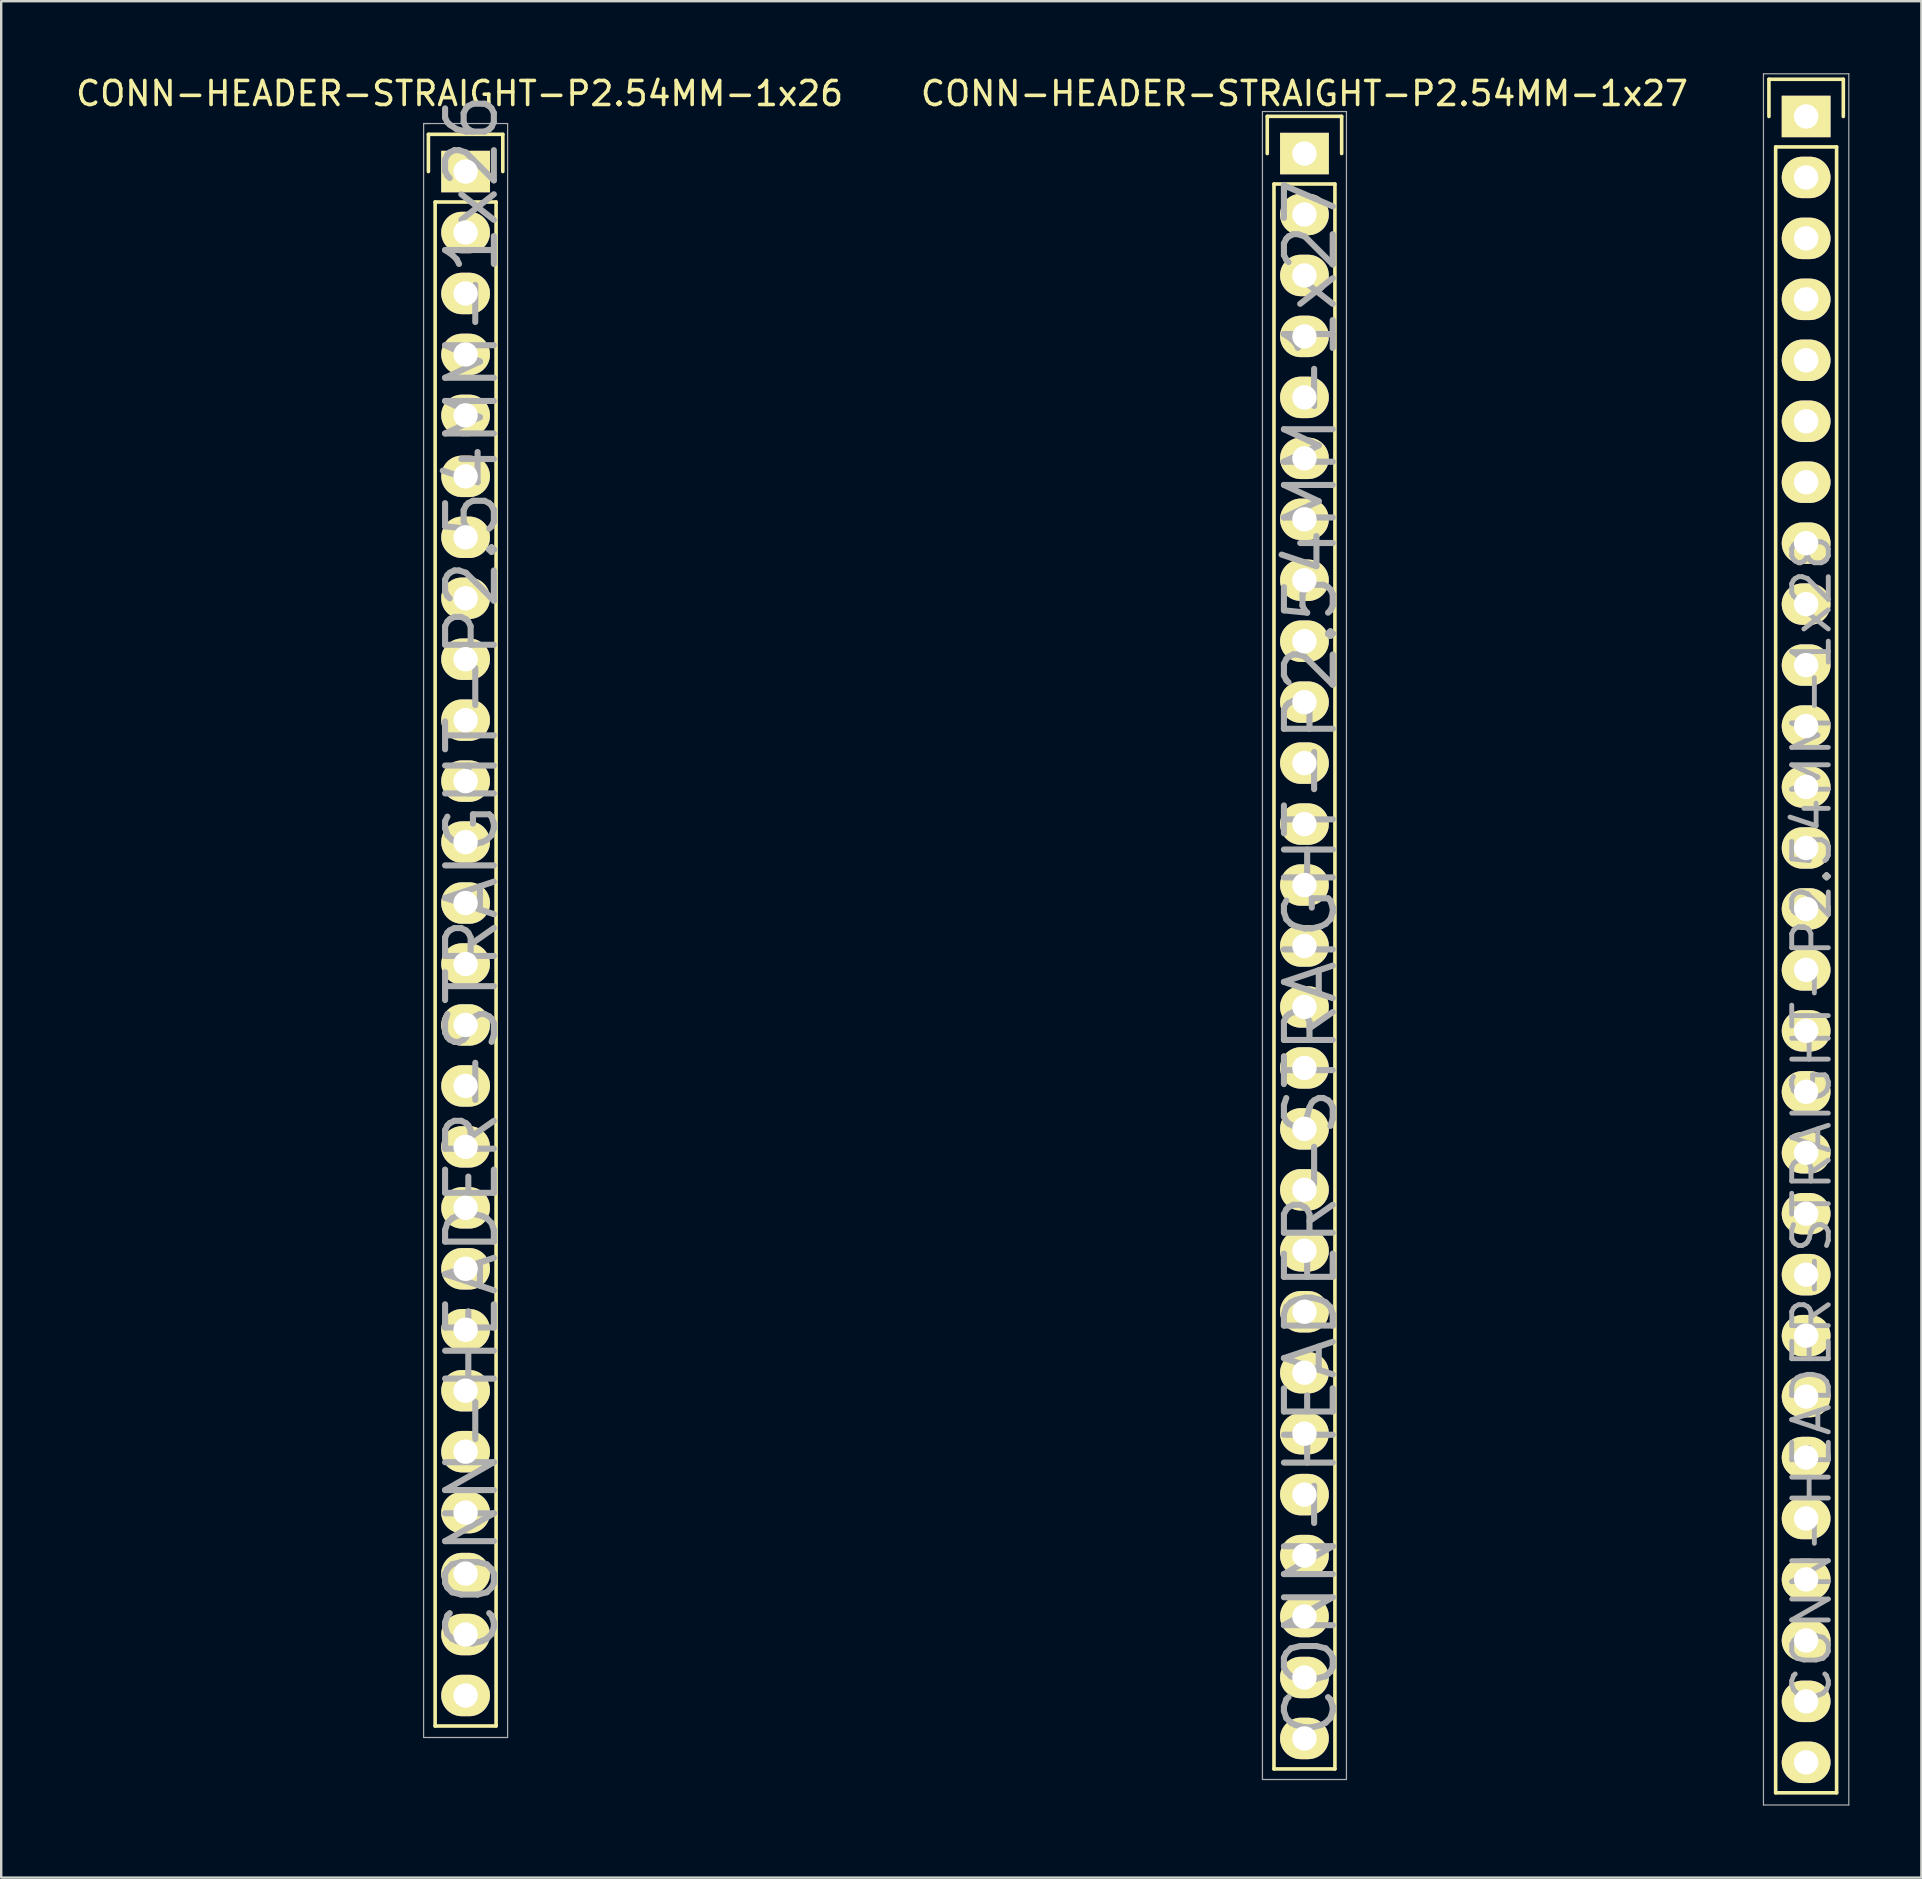
<source format=kicad_pcb>
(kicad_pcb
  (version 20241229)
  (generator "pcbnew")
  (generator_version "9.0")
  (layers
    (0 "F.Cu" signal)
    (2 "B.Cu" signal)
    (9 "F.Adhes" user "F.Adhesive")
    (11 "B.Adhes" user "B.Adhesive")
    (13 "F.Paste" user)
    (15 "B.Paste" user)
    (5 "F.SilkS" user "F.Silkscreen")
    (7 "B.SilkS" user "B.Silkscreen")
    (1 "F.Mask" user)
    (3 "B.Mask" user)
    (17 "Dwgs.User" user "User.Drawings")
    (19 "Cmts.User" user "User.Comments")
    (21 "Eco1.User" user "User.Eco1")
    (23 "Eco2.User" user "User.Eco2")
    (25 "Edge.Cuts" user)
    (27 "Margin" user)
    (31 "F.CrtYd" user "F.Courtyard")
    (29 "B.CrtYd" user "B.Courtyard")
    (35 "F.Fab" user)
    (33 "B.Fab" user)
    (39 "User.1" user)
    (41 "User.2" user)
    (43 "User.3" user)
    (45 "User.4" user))
  (footprint "CONN-HEADER-STRAIGHT-P2.54MM-1x28"
    (layer "F.Cu")
    (at 72.208 1.803)
    (property "Reference" "CONN-HEADER-STRAIGHT-P2.54MM-1x28" (at 0.229 41.783 90) (layer "F.Fab") (effects (font (size 1.524 1.524) (thickness 0.203))))
    (attr smd)
    (fp_line (start -1.55 -1.55) (end 1.55 -1.55) (stroke (width 0.15) (type solid)) (layer "F.SilkS"))
    (fp_line (start -1.55 0) (end -1.55 -1.55) (stroke (width 0.15) (type solid)) (layer "F.SilkS"))
    (fp_line (start -1.27 1.27) (end -1.27 69.85) (stroke (width 0.15) (type solid)) (layer "F.SilkS"))
    (fp_line (start -1.27 69.85) (end 1.27 69.85) (stroke (width 0.15) (type solid)) (layer "F.SilkS"))
    (fp_line (start 1.27 1.27) (end -1.27 1.27) (stroke (width 0.15) (type solid)) (layer "F.SilkS"))
    (fp_line (start 1.27 69.85) (end 1.27 1.27) (stroke (width 0.15) (type solid)) (layer "F.SilkS"))
    (fp_line (start 1.55 -1.55) (end 1.55 0) (stroke (width 0.15) (type solid)) (layer "F.SilkS"))
    (fp_line (start -1.778 -1.778) (end 1.778 -1.778) (stroke (width 0.05) (type solid)) (layer "F.Fab"))
    (fp_line (start -1.778 70.358) (end -1.778 -1.778) (stroke (width 0.05) (type solid)) (layer "F.Fab"))
    (fp_line (start 1.778 -1.778) (end 1.778 70.358) (stroke (width 0.05) (type solid)) (layer "F.Fab"))
    (fp_line (start 1.778 70.358) (end -1.778 70.358) (stroke (width 0.05) (type solid)) (layer "F.Fab"))
    (pad "1" thru_hole rect (at 0 0) (size 2.032 1.727) (drill 1.016) (layers "*.Cu" "*.Mask" "F.SilkS"))
    (pad "2" thru_hole oval (at 0 2.54) (size 2.032 1.727) (drill 1.016) (layers "*.Cu" "*.Mask" "F.SilkS"))
    (pad "3" thru_hole oval (at 0 5.08) (size 2.032 1.727) (drill 1.016) (layers "*.Cu" "*.Mask" "F.SilkS"))
    (pad "4" thru_hole oval (at 0 7.62) (size 2.032 1.727) (drill 1.016) (layers "*.Cu" "*.Mask" "F.SilkS"))
    (pad "5" thru_hole oval (at 0 10.16) (size 2.032 1.727) (drill 1.016) (layers "*.Cu" "*.Mask" "F.SilkS"))
    (pad "6" thru_hole oval (at 0 12.7) (size 2.032 1.727) (drill 1.016) (layers "*.Cu" "*.Mask" "F.SilkS"))
    (pad "7" thru_hole oval (at 0 15.24) (size 2.032 1.727) (drill 1.016) (layers "*.Cu" "*.Mask" "F.SilkS"))
    (pad "8" thru_hole oval (at 0 17.78) (size 2.032 1.727) (drill 1.016) (layers "*.Cu" "*.Mask" "F.SilkS"))
    (pad "9" thru_hole oval (at 0 20.32) (size 2.032 1.727) (drill 1.016) (layers "*.Cu" "*.Mask" "F.SilkS"))
    (pad "10" thru_hole oval (at 0 22.86) (size 2.032 1.727) (drill 1.016) (layers "*.Cu" "*.Mask" "F.SilkS"))
    (pad "11" thru_hole oval (at 0 25.4) (size 2.032 1.727) (drill 1.016) (layers "*.Cu" "*.Mask" "F.SilkS"))
    (pad "12" thru_hole oval (at 0 27.94) (size 2.032 1.727) (drill 1.016) (layers "*.Cu" "*.Mask" "F.SilkS"))
    (pad "13" thru_hole oval (at 0 30.48) (size 2.032 1.727) (drill 1.016) (layers "*.Cu" "*.Mask" "F.SilkS"))
    (pad "14" thru_hole oval (at 0 33.02) (size 2.032 1.727) (drill 1.016) (layers "*.Cu" "*.Mask" "F.SilkS"))
    (pad "15" thru_hole oval (at 0 35.56) (size 2.032 1.727) (drill 1.016) (layers "*.Cu" "*.Mask" "F.SilkS"))
    (pad "16" thru_hole oval (at 0 38.1) (size 2.032 1.727) (drill 1.016) (layers "*.Cu" "*.Mask" "F.SilkS"))
    (pad "17" thru_hole oval (at 0 40.64) (size 2.032 1.727) (drill 1.016) (layers "*.Cu" "*.Mask" "F.SilkS"))
    (pad "18" thru_hole oval (at 0 43.18) (size 2.032 1.727) (drill 1.016) (layers "*.Cu" "*.Mask" "F.SilkS"))
    (pad "19" thru_hole oval (at 0 45.72) (size 2.032 1.727) (drill 1.016) (layers "*.Cu" "*.Mask" "F.SilkS"))
    (pad "20" thru_hole oval (at 0 48.26) (size 2.032 1.727) (drill 1.016) (layers "*.Cu" "*.Mask" "F.SilkS"))
    (pad "21" thru_hole oval (at 0 50.8) (size 2.032 1.727) (drill 1.016) (layers "*.Cu" "*.Mask" "F.SilkS"))
    (pad "22" thru_hole oval (at 0 53.34) (size 2.032 1.727) (drill 1.016) (layers "*.Cu" "*.Mask" "F.SilkS"))
    (pad "23" thru_hole oval (at 0 55.88) (size 2.032 1.727) (drill 1.016) (layers "*.Cu" "*.Mask" "F.SilkS"))
    (pad "24" thru_hole oval (at 0 58.42) (size 2.032 1.727) (drill 1.016) (layers "*.Cu" "*.Mask" "F.SilkS"))
    (pad "25" thru_hole oval (at 0 60.96) (size 2.032 1.727) (drill 1.016) (layers "*.Cu" "*.Mask" "F.SilkS"))
    (pad "26" thru_hole oval (at 0 63.5) (size 2.032 1.727) (drill 1.016) (layers "*.Cu" "*.Mask" "F.SilkS"))
    (pad "27" thru_hole oval (at 0 66.04) (size 2.032 1.727) (drill 1.016) (layers "*.Cu" "*.Mask" "F.SilkS"))
    (pad "28" thru_hole oval (at 0 68.58) (size 2.032 1.727) (drill 1.016) (layers "*.Cu" "*.Mask" "F.SilkS")))
  (footprint "CONN-HEADER-STRAIGHT-P2.54MM-1x26"
    (layer "F.Cu")
    (at 16.351 4.098)
    (property "Reference" "CONN-HEADER-STRAIGHT-P2.54MM-1x26" (at 0.25 29.25 90) (layer "F.Fab") (effects (font (size 2.032 2.032) (thickness 0.254))))
    (attr smd)
    (fp_line (start -1.55 -1.55) (end 1.55 -1.55) (stroke (width 0.15) (type solid)) (layer "F.SilkS"))
    (fp_line (start -1.55 0) (end -1.55 -1.55) (stroke (width 0.15) (type solid)) (layer "F.SilkS"))
    (fp_line (start -1.27 1.27) (end -1.27 64.77) (stroke (width 0.15) (type solid)) (layer "F.SilkS"))
    (fp_line (start -1.27 64.77) (end 1.27 64.77) (stroke (width 0.15) (type solid)) (layer "F.SilkS"))
    (fp_line (start 1.27 1.27) (end -1.27 1.27) (stroke (width 0.15) (type solid)) (layer "F.SilkS"))
    (fp_line (start 1.27 64.77) (end 1.27 1.27) (stroke (width 0.15) (type solid)) (layer "F.SilkS"))
    (fp_line (start 1.55 -1.55) (end 1.55 0) (stroke (width 0.15) (type solid)) (layer "F.SilkS"))
    (fp_line (start -1.75 -2) (end -1.5 -2) (stroke (width 0.051) (type solid)) (layer "F.Fab"))
    (fp_line (start -1.75 -2) (end 1.75 -2) (stroke (width 0.051) (type solid)) (layer "F.Fab"))
    (fp_line (start -1.75 65.25) (end -1.75 -2) (stroke (width 0.051) (type solid)) (layer "F.Fab"))
    (fp_line (start 1.75 -2) (end 1.75 65.25) (stroke (width 0.051) (type solid)) (layer "F.Fab"))
    (fp_line (start 1.75 65.25) (end -1.75 65.25) (stroke (width 0.051) (type solid)) (layer "F.Fab"))
    (fp_text user "${REFERENCE}" (at -0.25 -3.25 0) (layer "F.SilkS") (effects (font (size 1 1) (thickness 0.15))))
    (pad "1" thru_hole rect (at 0 0) (size 2.032 1.727) (drill 1.016) (layers "*.Cu" "*.Mask" "F.SilkS"))
    (pad "2" thru_hole oval (at 0 2.54) (size 2.032 1.727) (drill 1.016) (layers "*.Cu" "*.Mask" "F.SilkS"))
    (pad "3" thru_hole oval (at 0 5.08) (size 2.032 1.727) (drill 1.016) (layers "*.Cu" "*.Mask" "F.SilkS"))
    (pad "4" thru_hole oval (at 0 7.62) (size 2.032 1.727) (drill 1.016) (layers "*.Cu" "*.Mask" "F.SilkS"))
    (pad "5" thru_hole oval (at 0 10.16) (size 2.032 1.727) (drill 1.016) (layers "*.Cu" "*.Mask" "F.SilkS"))
    (pad "6" thru_hole oval (at 0 12.7) (size 2.032 1.727) (drill 1.016) (layers "*.Cu" "*.Mask" "F.SilkS"))
    (pad "7" thru_hole oval (at 0 15.24) (size 2.032 1.727) (drill 1.016) (layers "*.Cu" "*.Mask" "F.SilkS"))
    (pad "8" thru_hole oval (at 0 17.78) (size 2.032 1.727) (drill 1.016) (layers "*.Cu" "*.Mask" "F.SilkS"))
    (pad "9" thru_hole oval (at 0 20.32) (size 2.032 1.727) (drill 1.016) (layers "*.Cu" "*.Mask" "F.SilkS"))
    (pad "10" thru_hole oval (at 0 22.86) (size 2.032 1.727) (drill 1.016) (layers "*.Cu" "*.Mask" "F.SilkS"))
    (pad "11" thru_hole oval (at 0 25.4) (size 2.032 1.727) (drill 1.016) (layers "*.Cu" "*.Mask" "F.SilkS"))
    (pad "12" thru_hole oval (at 0 27.94) (size 2.032 1.727) (drill 1.016) (layers "*.Cu" "*.Mask" "F.SilkS"))
    (pad "13" thru_hole oval (at 0 30.48) (size 2.032 1.727) (drill 1.016) (layers "*.Cu" "*.Mask" "F.SilkS"))
    (pad "14" thru_hole oval (at 0 33.02) (size 2.032 1.727) (drill 1.016) (layers "*.Cu" "*.Mask" "F.SilkS"))
    (pad "15" thru_hole oval (at 0 35.56) (size 2.032 1.727) (drill 1.016) (layers "*.Cu" "*.Mask" "F.SilkS"))
    (pad "16" thru_hole oval (at 0 38.1) (size 2.032 1.727) (drill 1.016) (layers "*.Cu" "*.Mask" "F.SilkS"))
    (pad "17" thru_hole oval (at 0 40.64) (size 2.032 1.727) (drill 1.016) (layers "*.Cu" "*.Mask" "F.SilkS"))
    (pad "18" thru_hole oval (at 0 43.18) (size 2.032 1.727) (drill 1.016) (layers "*.Cu" "*.Mask" "F.SilkS"))
    (pad "19" thru_hole oval (at 0 45.72) (size 2.032 1.727) (drill 1.016) (layers "*.Cu" "*.Mask" "F.SilkS"))
    (pad "20" thru_hole oval (at 0 48.26) (size 2.032 1.727) (drill 1.016) (layers "*.Cu" "*.Mask" "F.SilkS"))
    (pad "21" thru_hole oval (at 0 50.8) (size 2.032 1.727) (drill 1.016) (layers "*.Cu" "*.Mask" "F.SilkS"))
    (pad "22" thru_hole oval (at 0 53.34) (size 2.032 1.727) (drill 1.016) (layers "*.Cu" "*.Mask" "F.SilkS"))
    (pad "23" thru_hole oval (at 0 55.88) (size 2.032 1.727) (drill 1.016) (layers "*.Cu" "*.Mask" "F.SilkS"))
    (pad "24" thru_hole oval (at 0 58.42) (size 2.032 1.727) (drill 1.016) (layers "*.Cu" "*.Mask" "F.SilkS"))
    (pad "25" thru_hole oval (at 0 60.96) (size 2.032 1.727) (drill 1.016) (layers "*.Cu" "*.Mask" "F.SilkS"))
    (pad "26" thru_hole oval (at 0 63.5) (size 2.032 1.727) (drill 1.016) (layers "*.Cu" "*.Mask" "F.SilkS")))
  (footprint "CONN-HEADER-STRAIGHT-P2.54MM-1x27"
    (layer "F.Cu")
    (at 51.304 3.348)
    (property "Reference" "CONN-HEADER-STRAIGHT-P2.54MM-1x27" (at 0.25 33.5 90) (layer "F.Fab") (effects (font (size 2.032 2.032) (thickness 0.254))))
    (attr smd)
    (fp_line (start -1.55 -1.55) (end 1.55 -1.55) (stroke (width 0.15) (type solid)) (layer "F.SilkS"))
    (fp_line (start -1.55 0) (end -1.55 -1.55) (stroke (width 0.15) (type solid)) (layer "F.SilkS"))
    (fp_line (start -1.27 1.27) (end -1.27 67.31) (stroke (width 0.15) (type solid)) (layer "F.SilkS"))
    (fp_line (start -1.27 67.31) (end 1.27 67.31) (stroke (width 0.15) (type solid)) (layer "F.SilkS"))
    (fp_line (start 1.27 1.27) (end -1.27 1.27) (stroke (width 0.15) (type solid)) (layer "F.SilkS"))
    (fp_line (start 1.27 67.31) (end 1.27 1.27) (stroke (width 0.15) (type solid)) (layer "F.SilkS"))
    (fp_line (start 1.55 -1.55) (end 1.55 0) (stroke (width 0.15) (type solid)) (layer "F.SilkS"))
    (fp_line (start -1.75 -1.75) (end 1.75 -1.75) (stroke (width 0.051) (type solid)) (layer "F.Fab"))
    (fp_line (start -1.75 67.75) (end -1.75 -1.75) (stroke (width 0.051) (type solid)) (layer "F.Fab"))
    (fp_line (start 1.75 -1.75) (end 1.75 67.75) (stroke (width 0.051) (type solid)) (layer "F.Fab"))
    (fp_line (start 1.75 67.75) (end -1.75 67.75) (stroke (width 0.051) (type solid)) (layer "F.Fab"))
    (fp_text user "${REFERENCE}" (at 0 -2.5 0) (layer "F.SilkS") (effects (font (size 1 1) (thickness 0.15))))
    (pad "1" thru_hole rect (at 0 0) (size 2.032 1.727) (drill 1.016) (layers "*.Cu" "*.Mask" "F.SilkS"))
    (pad "2" thru_hole oval (at 0 2.54) (size 2.032 1.727) (drill 1.016) (layers "*.Cu" "*.Mask" "F.SilkS"))
    (pad "3" thru_hole oval (at 0 5.08) (size 2.032 1.727) (drill 1.016) (layers "*.Cu" "*.Mask" "F.SilkS"))
    (pad "4" thru_hole oval (at 0 7.62) (size 2.032 1.727) (drill 1.016) (layers "*.Cu" "*.Mask" "F.SilkS"))
    (pad "5" thru_hole oval (at 0 10.16) (size 2.032 1.727) (drill 1.016) (layers "*.Cu" "*.Mask" "F.SilkS"))
    (pad "6" thru_hole oval (at 0 12.7) (size 2.032 1.727) (drill 1.016) (layers "*.Cu" "*.Mask" "F.SilkS"))
    (pad "7" thru_hole oval (at 0 15.24) (size 2.032 1.727) (drill 1.016) (layers "*.Cu" "*.Mask" "F.SilkS"))
    (pad "8" thru_hole oval (at 0 17.78) (size 2.032 1.727) (drill 1.016) (layers "*.Cu" "*.Mask" "F.SilkS"))
    (pad "9" thru_hole oval (at 0 20.32) (size 2.032 1.727) (drill 1.016) (layers "*.Cu" "*.Mask" "F.SilkS"))
    (pad "10" thru_hole oval (at 0 22.86) (size 2.032 1.727) (drill 1.016) (layers "*.Cu" "*.Mask" "F.SilkS"))
    (pad "11" thru_hole oval (at 0 25.4) (size 2.032 1.727) (drill 1.016) (layers "*.Cu" "*.Mask" "F.SilkS"))
    (pad "12" thru_hole oval (at 0 27.94) (size 2.032 1.727) (drill 1.016) (layers "*.Cu" "*.Mask" "F.SilkS"))
    (pad "13" thru_hole oval (at 0 30.48) (size 2.032 1.727) (drill 1.016) (layers "*.Cu" "*.Mask" "F.SilkS"))
    (pad "14" thru_hole oval (at 0 33.02) (size 2.032 1.727) (drill 1.016) (layers "*.Cu" "*.Mask" "F.SilkS"))
    (pad "15" thru_hole oval (at 0 35.56) (size 2.032 1.727) (drill 1.016) (layers "*.Cu" "*.Mask" "F.SilkS"))
    (pad "16" thru_hole oval (at 0 38.1) (size 2.032 1.727) (drill 1.016) (layers "*.Cu" "*.Mask" "F.SilkS"))
    (pad "17" thru_hole oval (at 0 40.64) (size 2.032 1.727) (drill 1.016) (layers "*.Cu" "*.Mask" "F.SilkS"))
    (pad "18" thru_hole oval (at 0 43.18) (size 2.032 1.727) (drill 1.016) (layers "*.Cu" "*.Mask" "F.SilkS"))
    (pad "19" thru_hole oval (at 0 45.72) (size 2.032 1.727) (drill 1.016) (layers "*.Cu" "*.Mask" "F.SilkS"))
    (pad "20" thru_hole oval (at 0 48.26) (size 2.032 1.727) (drill 1.016) (layers "*.Cu" "*.Mask" "F.SilkS"))
    (pad "21" thru_hole oval (at 0 50.8) (size 2.032 1.727) (drill 1.016) (layers "*.Cu" "*.Mask" "F.SilkS"))
    (pad "22" thru_hole oval (at 0 53.34) (size 2.032 1.727) (drill 1.016) (layers "*.Cu" "*.Mask" "F.SilkS"))
    (pad "23" thru_hole oval (at 0 55.88) (size 2.032 1.727) (drill 1.016) (layers "*.Cu" "*.Mask" "F.SilkS"))
    (pad "24" thru_hole oval (at 0 58.42) (size 2.032 1.727) (drill 1.016) (layers "*.Cu" "*.Mask" "F.SilkS"))
    (pad "25" thru_hole oval (at 0 60.96) (size 2.032 1.727) (drill 1.016) (layers "*.Cu" "*.Mask" "F.SilkS"))
    (pad "26" thru_hole oval (at 0 63.5) (size 2.032 1.727) (drill 1.016) (layers "*.Cu" "*.Mask" "F.SilkS"))
    (pad "27" thru_hole oval (at 0 66.04) (size 2.032 1.727) (drill 1.016) (layers "*.Cu" "*.Mask" "F.SilkS")))
  (gr_rect
    (start -3 -3)
    (end 77.011 75.186)
    (stroke (width 0.1) (type default))
    (fill no)
    (layer "Edge.Cuts")))
</source>
